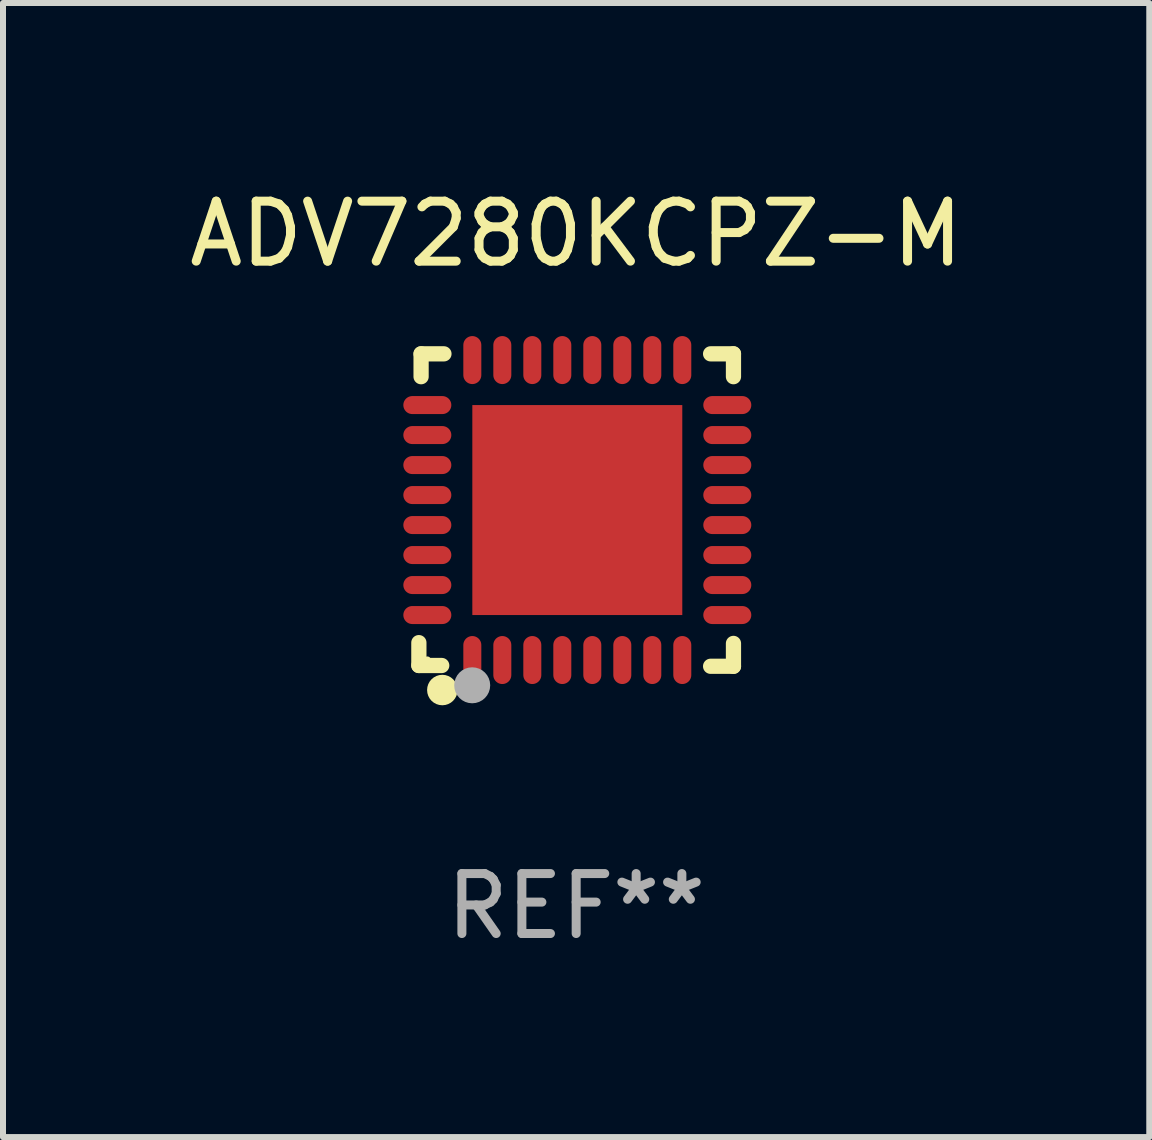
<source format=kicad_pcb>
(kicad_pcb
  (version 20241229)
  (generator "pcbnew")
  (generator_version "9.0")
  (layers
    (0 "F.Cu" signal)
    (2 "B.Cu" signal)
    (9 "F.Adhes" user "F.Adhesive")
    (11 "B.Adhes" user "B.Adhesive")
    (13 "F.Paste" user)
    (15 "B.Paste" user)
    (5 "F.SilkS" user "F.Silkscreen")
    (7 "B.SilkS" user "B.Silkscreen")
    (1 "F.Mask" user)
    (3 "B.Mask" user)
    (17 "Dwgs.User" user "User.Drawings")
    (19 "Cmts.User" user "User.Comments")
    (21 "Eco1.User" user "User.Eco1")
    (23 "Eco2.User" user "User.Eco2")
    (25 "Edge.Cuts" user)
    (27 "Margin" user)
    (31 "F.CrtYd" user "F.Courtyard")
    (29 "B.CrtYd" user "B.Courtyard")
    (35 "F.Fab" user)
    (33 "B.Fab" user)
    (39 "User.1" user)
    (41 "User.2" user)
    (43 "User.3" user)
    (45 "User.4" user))
  (footprint "ADV7280KCPZ-M"
    (layer "F.Cu")
    (at 6.554 5.452)
    (property "Reference" "ADV7280KCPZ-M" (at 0 -4.604 0) (layer "F.SilkS") (effects (font (size 1 1) (thickness 0.15))))
    (attr through_hole)
    (fp_line (start -2.622 2.21) (end -2.622 2.591) (stroke (width 0.254) (type solid)) (layer "F.SilkS"))
    (fp_line (start -2.622 2.591) (end -2.241 2.591) (stroke (width 0.254) (type solid)) (layer "F.SilkS"))
    (fp_line (start -2.585 -2.604) (end -2.585 -2.223) (stroke (width 0.254) (type solid)) (layer "F.SilkS"))
    (fp_line (start -2.204 -2.604) (end -2.585 -2.604) (stroke (width 0.254) (type solid)) (layer "F.SilkS"))
    (fp_line (start 2.241 2.604) (end 2.622 2.604) (stroke (width 0.254) (type solid)) (layer "F.SilkS"))
    (fp_line (start 2.622 -2.604) (end 2.241 -2.604) (stroke (width 0.254) (type solid)) (layer "F.SilkS"))
    (fp_line (start 2.622 -2.223) (end 2.622 -2.604) (stroke (width 0.254) (type solid)) (layer "F.SilkS"))
    (fp_line (start 2.622 2.604) (end 2.622 2.223) (stroke (width 0.254) (type solid)) (layer "F.SilkS"))
    (fp_circle (center -2.481 2.5) (end -2.451 2.5) (stroke (width 0.06) (type solid)) (fill no) (layer "F.SilkS"))
    (fp_circle (center -2.231 3) (end -2.104 3) (stroke (width 0.254) (type solid)) (fill no) (layer "F.SilkS"))
    (fp_circle (center -1.733 2.921) (end -1.583 2.921) (stroke (width 0.3) (type solid)) (fill no) (layer "F.Fab"))
    (fp_text user "REF**" (at 0 6.604 0) (layer "F.Fab") (effects (font (size 1 1) (thickness 0.15))))
    (pad "1" smd oval (at -1.731 2.5 90) (size 0.8 0.3) (layers "F.Cu" "F.Mask" "F.Paste"))
    (pad "2" smd oval (at -1.231 2.5 90) (size 0.8 0.3) (layers "F.Cu" "F.Mask" "F.Paste"))
    (pad "3" smd oval (at -0.731 2.5 90) (size 0.8 0.3) (layers "F.Cu" "F.Mask" "F.Paste"))
    (pad "4" smd oval (at -0.231 2.5 90) (size 0.8 0.3) (layers "F.Cu" "F.Mask" "F.Paste"))
    (pad "5" smd oval (at 0.269 2.5 90) (size 0.8 0.3) (layers "F.Cu" "F.Mask" "F.Paste"))
    (pad "6" smd oval (at 0.769 2.5 90) (size 0.8 0.3) (layers "F.Cu" "F.Mask" "F.Paste"))
    (pad "7" smd oval (at 1.269 2.5 90) (size 0.8 0.3) (layers "F.Cu" "F.Mask" "F.Paste"))
    (pad "8" smd oval (at 1.769 2.5 90) (size 0.8 0.3) (layers "F.Cu" "F.Mask" "F.Paste"))
    (pad "9" smd oval (at 2.519 1.75 180) (size 0.8 0.3) (layers "F.Cu" "F.Mask" "F.Paste"))
    (pad "10" smd oval (at 2.519 1.25 180) (size 0.8 0.3) (layers "F.Cu" "F.Mask" "F.Paste"))
    (pad "11" smd oval (at 2.519 0.75 180) (size 0.8 0.3) (layers "F.Cu" "F.Mask" "F.Paste"))
    (pad "12" smd oval (at 2.519 0.25 180) (size 0.8 0.3) (layers "F.Cu" "F.Mask" "F.Paste"))
    (pad "13" smd oval (at 2.519 -0.25 180) (size 0.8 0.3) (layers "F.Cu" "F.Mask" "F.Paste"))
    (pad "14" smd oval (at 2.519 -0.75 180) (size 0.8 0.3) (layers "F.Cu" "F.Mask" "F.Paste"))
    (pad "15" smd oval (at 2.519 -1.25 180) (size 0.8 0.3) (layers "F.Cu" "F.Mask" "F.Paste"))
    (pad "16" smd oval (at 2.519 -1.75 180) (size 0.8 0.3) (layers "F.Cu" "F.Mask" "F.Paste"))
    (pad "17" smd oval (at 1.769 -2.5 270) (size 0.8 0.3) (layers "F.Cu" "F.Mask" "F.Paste"))
    (pad "18" smd oval (at 1.269 -2.5 270) (size 0.8 0.3) (layers "F.Cu" "F.Mask" "F.Paste"))
    (pad "19" smd oval (at 0.769 -2.5 270) (size 0.8 0.3) (layers "F.Cu" "F.Mask" "F.Paste"))
    (pad "20" smd oval (at 0.269 -2.5 270) (size 0.8 0.3) (layers "F.Cu" "F.Mask" "F.Paste"))
    (pad "21" smd oval (at -0.231 -2.5 270) (size 0.8 0.3) (layers "F.Cu" "F.Mask" "F.Paste"))
    (pad "22" smd oval (at -0.731 -2.5 270) (size 0.8 0.3) (layers "F.Cu" "F.Mask" "F.Paste"))
    (pad "23" smd oval (at -1.231 -2.5 270) (size 0.8 0.3) (layers "F.Cu" "F.Mask" "F.Paste"))
    (pad "24" smd oval (at -1.731 -2.5 270) (size 0.8 0.3) (layers "F.Cu" "F.Mask" "F.Paste"))
    (pad "25" smd oval (at -2.481 -1.75) (size 0.8 0.3) (layers "F.Cu" "F.Mask" "F.Paste"))
    (pad "26" smd oval (at -2.481 -1.25) (size 0.8 0.3) (layers "F.Cu" "F.Mask" "F.Paste"))
    (pad "27" smd oval (at -2.481 -0.75) (size 0.8 0.3) (layers "F.Cu" "F.Mask" "F.Paste"))
    (pad "28" smd oval (at -2.481 -0.25) (size 0.8 0.3) (layers "F.Cu" "F.Mask" "F.Paste"))
    (pad "29" smd oval (at -2.481 0.25) (size 0.8 0.3) (layers "F.Cu" "F.Mask" "F.Paste"))
    (pad "30" smd oval (at -2.481 0.75) (size 0.8 0.3) (layers "F.Cu" "F.Mask" "F.Paste"))
    (pad "31" smd oval (at -2.481 1.25) (size 0.8 0.3) (layers "F.Cu" "F.Mask" "F.Paste"))
    (pad "32" smd oval (at -2.481 1.75) (size 0.8 0.3) (layers "F.Cu" "F.Mask" "F.Paste"))
    (pad "33" smd rect (at 0.019 -0.000025 90) (size 3.5 3.5) (layers "F.Cu" "F.Mask" "F.Paste")))
  (gr_rect
    (start -3 -3)
    (end 16.107 15.904)
    (stroke (width 0.1) (type default))
    (fill no)
    (layer "Edge.Cuts")))
</source>
